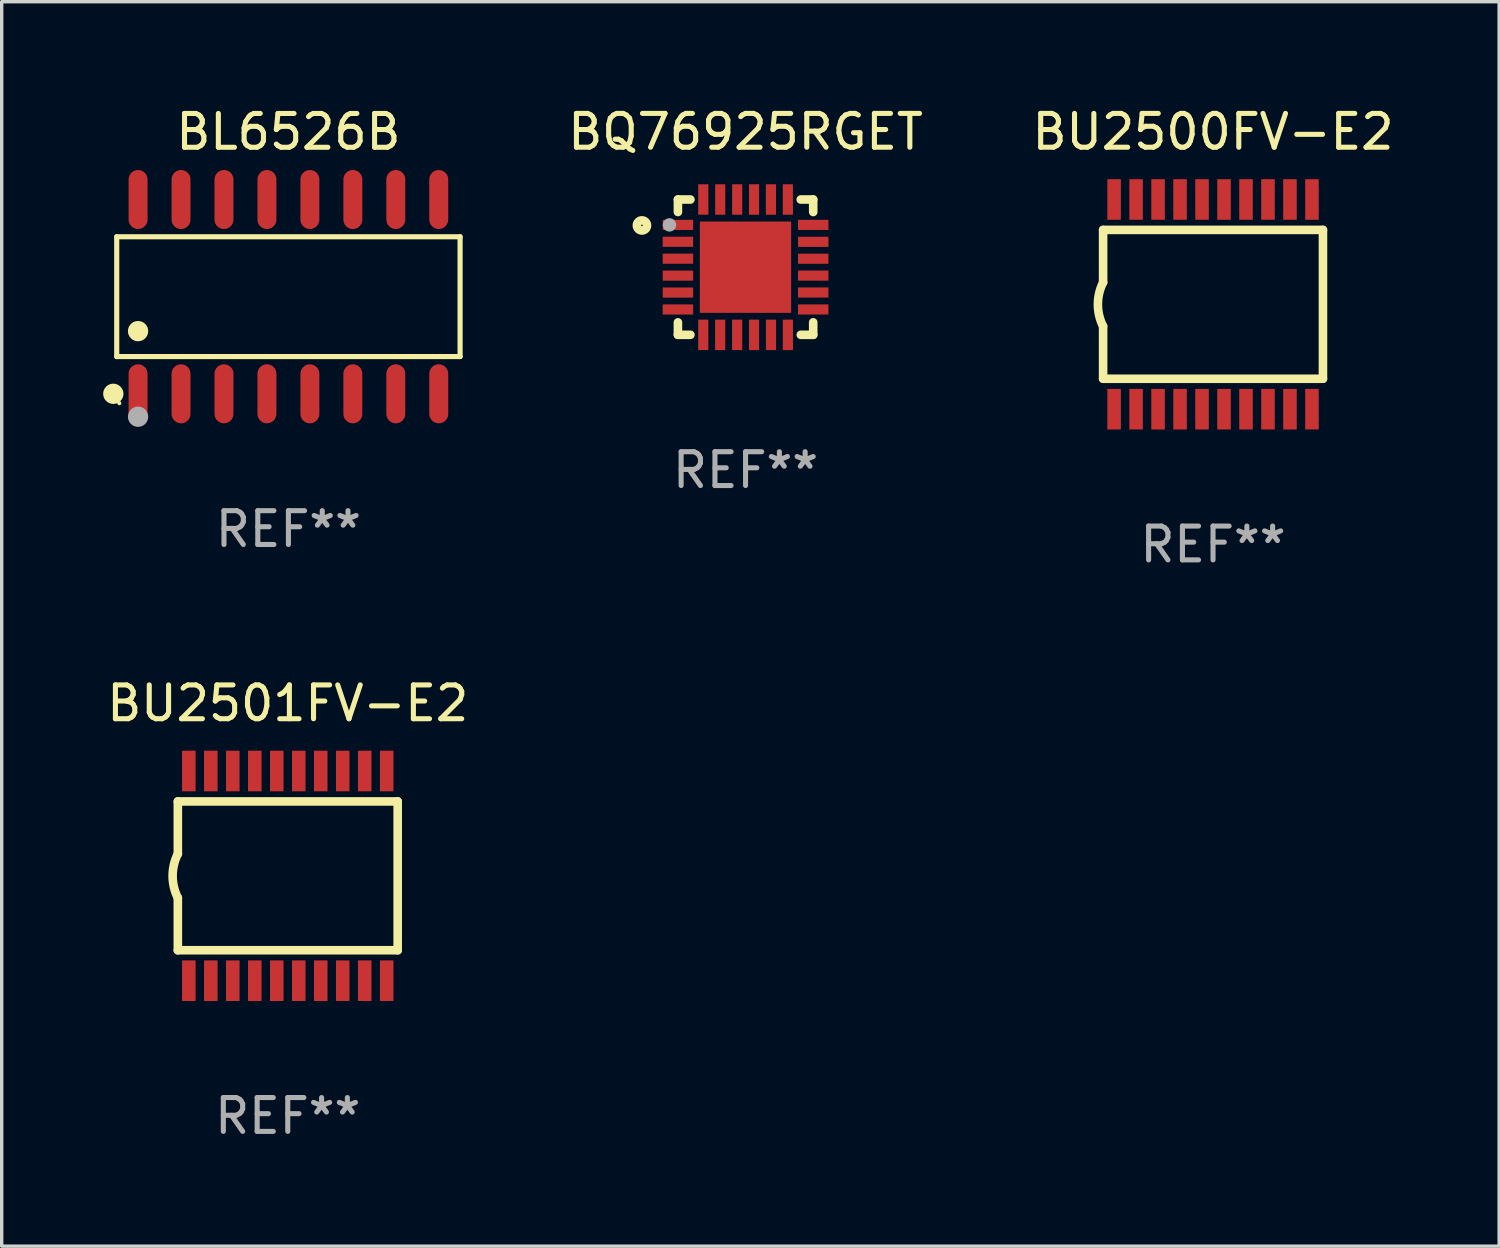
<source format=kicad_pcb>
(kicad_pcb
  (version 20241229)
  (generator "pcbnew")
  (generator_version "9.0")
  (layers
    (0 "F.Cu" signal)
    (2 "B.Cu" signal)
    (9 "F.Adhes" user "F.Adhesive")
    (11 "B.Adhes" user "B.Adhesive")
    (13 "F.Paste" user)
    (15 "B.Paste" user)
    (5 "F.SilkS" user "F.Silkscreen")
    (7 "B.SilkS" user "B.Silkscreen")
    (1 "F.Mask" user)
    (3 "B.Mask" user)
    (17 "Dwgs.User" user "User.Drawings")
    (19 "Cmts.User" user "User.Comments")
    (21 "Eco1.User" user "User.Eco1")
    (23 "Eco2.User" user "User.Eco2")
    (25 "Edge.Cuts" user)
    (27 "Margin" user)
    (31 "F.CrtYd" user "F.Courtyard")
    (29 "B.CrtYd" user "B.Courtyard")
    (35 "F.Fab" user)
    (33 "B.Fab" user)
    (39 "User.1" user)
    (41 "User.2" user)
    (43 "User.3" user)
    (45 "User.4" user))
  (footprint "BQ76925RGET"
    (layer "F.Cu")
    (at 18.993 4.849)
    (property "Reference" "BQ76925RGET" (at 0 -4.001 0) (layer "F.SilkS") (effects (font (size 1 1) (thickness 0.15))))
    (attr through_hole)
    (fp_line (start -2 -2) (end -2 -1.631) (stroke (width 0.254) (type solid)) (layer "F.SilkS"))
    (fp_line (start -2 1.632) (end -2 2) (stroke (width 0.254) (type solid)) (layer "F.SilkS"))
    (fp_line (start -2 2) (end -1.631 2) (stroke (width 0.254) (type solid)) (layer "F.SilkS"))
    (fp_line (start -1.63 -2) (end -2 -2) (stroke (width 0.254) (type solid)) (layer "F.SilkS"))
    (fp_line (start 1.633 2) (end 2 2) (stroke (width 0.254) (type solid)) (layer "F.SilkS"))
    (fp_line (start 2 -2) (end 1.631 -2) (stroke (width 0.254) (type solid)) (layer "F.SilkS"))
    (fp_line (start 2 -2) (end 2 -1.631) (stroke (width 0.254) (type solid)) (layer "F.SilkS"))
    (fp_line (start 2 1.631) (end 2 2) (stroke (width 0.254) (type solid)) (layer "F.SilkS"))
    (fp_circle (center -3.064 -1.234) (end -2.914 -1.234) (stroke (width 0.254) (type solid)) (fill no) (layer "F.SilkS"))
    (fp_circle (center -2 -2) (end -1.95 -2) (stroke (width 0.1) (type solid)) (fill no) (layer "F.SilkS"))
    (fp_circle (center -2.25 -1.25) (end -2.15 -1.25) (stroke (width 0.2) (type solid)) (fill no) (layer "F.Fab"))
    (fp_text user "REF**" (at 0 6.001 0) (layer "F.Fab") (effects (font (size 1 1) (thickness 0.15))))
    (pad "1" smd rect (at -2 -1.25 90) (size 0.3 0.9) (layers "F.Cu" "F.Mask" "F.Paste"))
    (pad "2" smd rect (at -2 -0.751 90) (size 0.3 0.9) (layers "F.Cu" "F.Mask" "F.Paste"))
    (pad "3" smd rect (at -2 -0.251 90) (size 0.3 0.9) (layers "F.Cu" "F.Mask" "F.Paste"))
    (pad "4" smd rect (at -2 0.25 90) (size 0.3 0.9) (layers "F.Cu" "F.Mask" "F.Paste"))
    (pad "5" smd rect (at -2 0.75 90) (size 0.3 0.9) (layers "F.Cu" "F.Mask" "F.Paste"))
    (pad "6" smd rect (at -2 1.251 90) (size 0.3 0.9) (layers "F.Cu" "F.Mask" "F.Paste"))
    (pad "7" smd rect (at -1.25 2.001 180) (size 0.3 0.9) (layers "F.Cu" "F.Mask" "F.Paste"))
    (pad "8" smd rect (at -0.75 2.001 180) (size 0.3 0.9) (layers "F.Cu" "F.Mask" "F.Paste"))
    (pad "9" smd rect (at -0.249 2.001 180) (size 0.3 0.9) (layers "F.Cu" "F.Mask" "F.Paste"))
    (pad "10" smd rect (at 0.251 2.001 180) (size 0.3 0.9) (layers "F.Cu" "F.Mask" "F.Paste"))
    (pad "11" smd rect (at 0.752 2.001 180) (size 0.3 0.9) (layers "F.Cu" "F.Mask" "F.Paste"))
    (pad "12" smd rect (at 1.251 2.001 180) (size 0.3 0.9) (layers "F.Cu" "F.Mask" "F.Paste"))
    (pad "13" smd rect (at 2 1.25 270) (size 0.3 0.9) (layers "F.Cu" "F.Mask" "F.Paste"))
    (pad "14" smd rect (at 2 0.749 270) (size 0.3 0.9) (layers "F.Cu" "F.Mask" "F.Paste"))
    (pad "15" smd rect (at 2 0.249 270) (size 0.3 0.9) (layers "F.Cu" "F.Mask" "F.Paste"))
    (pad "16" smd rect (at 2 -0.25 270) (size 0.3 0.9) (layers "F.Cu" "F.Mask" "F.Paste"))
    (pad "17" smd rect (at 2 -0.749 270) (size 0.3 0.9) (layers "F.Cu" "F.Mask" "F.Paste"))
    (pad "18" smd rect (at 2 -1.25 270) (size 0.3 0.9) (layers "F.Cu" "F.Mask" "F.Paste"))
    (pad "19" smd rect (at 1.25 -2.001) (size 0.3 0.9) (layers "F.Cu" "F.Mask" "F.Paste"))
    (pad "20" smd rect (at 0.75 -2.001) (size 0.3 0.9) (layers "F.Cu" "F.Mask" "F.Paste"))
    (pad "21" smd rect (at 0.251 -2.001) (size 0.3 0.9) (layers "F.Cu" "F.Mask" "F.Paste"))
    (pad "22" smd rect (at -0.248 -2.001) (size 0.3 0.9) (layers "F.Cu" "F.Mask" "F.Paste"))
    (pad "23" smd rect (at -0.749 -2.001) (size 0.3 0.9) (layers "F.Cu" "F.Mask" "F.Paste"))
    (pad "24" smd rect (at -1.249 -2.001) (size 0.3 0.9) (layers "F.Cu" "F.Mask" "F.Paste"))
    (pad "25" smd rect (at -0.002 0.001) (size 2.7 2.7) (layers "F.Cu" "F.Mask" "F.Paste")))
  (footprint "BL6526B"
    (layer "F.Cu")
    (at 5.477 5.721)
    (property "Reference" "BL6526B" (at 0 -4.872 0) (layer "F.SilkS") (effects (font (size 1 1) (thickness 0.15))))
    (attr through_hole)
    (fp_line (start -5.076 -1.771) (end 5.076 -1.771) (stroke (width 0.152) (type solid)) (layer "F.SilkS"))
    (fp_line (start -5.076 1.771) (end -5.076 -1.771) (stroke (width 0.152) (type solid)) (layer "F.SilkS"))
    (fp_line (start 5.076 -1.771) (end 5.076 1.771) (stroke (width 0.152) (type solid)) (layer "F.SilkS"))
    (fp_line (start 5.076 1.771) (end -5.076 1.771) (stroke (width 0.152) (type solid)) (layer "F.SilkS"))
    (fp_circle (center -5.177 2.872) (end -5.027 2.872) (stroke (width 0.3) (type solid)) (fill no) (layer "F.SilkS"))
    (fp_circle (center -5 3.15) (end -4.97 3.15) (stroke (width 0.06) (type solid)) (fill no) (layer "F.SilkS"))
    (fp_circle (center -4.445 1.019) (end -4.295 1.019) (stroke (width 0.3) (type solid)) (fill no) (layer "F.SilkS"))
    (fp_circle (center -4.445 3.55) (end -4.295 3.55) (stroke (width 0.3) (type solid)) (fill no) (layer "F.Fab"))
    (fp_text user "REF**" (at 0 6.872 0) (layer "F.Fab") (effects (font (size 1 1) (thickness 0.15))))
    (pad "1" smd oval (at -4.445 2.872) (size 0.56 1.745) (layers "F.Cu" "F.Mask" "F.Paste"))
    (pad "2" smd oval (at -3.175 2.872) (size 0.56 1.745) (layers "F.Cu" "F.Mask" "F.Paste"))
    (pad "3" smd oval (at -1.905 2.872) (size 0.56 1.745) (layers "F.Cu" "F.Mask" "F.Paste"))
    (pad "4" smd oval (at -0.635 2.872) (size 0.56 1.745) (layers "F.Cu" "F.Mask" "F.Paste"))
    (pad "5" smd oval (at 0.635 2.872) (size 0.56 1.745) (layers "F.Cu" "F.Mask" "F.Paste"))
    (pad "6" smd oval (at 1.905 2.872) (size 0.56 1.745) (layers "F.Cu" "F.Mask" "F.Paste"))
    (pad "7" smd oval (at 3.175 2.872) (size 0.56 1.745) (layers "F.Cu" "F.Mask" "F.Paste"))
    (pad "8" smd oval (at 4.445 2.872) (size 0.56 1.745) (layers "F.Cu" "F.Mask" "F.Paste"))
    (pad "9" smd oval (at 4.445 -2.872) (size 0.56 1.745) (layers "F.Cu" "F.Mask" "F.Paste"))
    (pad "10" smd oval (at 3.175 -2.872) (size 0.56 1.745) (layers "F.Cu" "F.Mask" "F.Paste"))
    (pad "11" smd oval (at 1.905 -2.872) (size 0.56 1.745) (layers "F.Cu" "F.Mask" "F.Paste"))
    (pad "12" smd oval (at 0.635 -2.872) (size 0.56 1.745) (layers "F.Cu" "F.Mask" "F.Paste"))
    (pad "13" smd oval (at -0.635 -2.872) (size 0.56 1.745) (layers "F.Cu" "F.Mask" "F.Paste"))
    (pad "14" smd oval (at -1.905 -2.872) (size 0.56 1.745) (layers "F.Cu" "F.Mask" "F.Paste"))
    (pad "15" smd oval (at -3.175 -2.872) (size 0.56 1.745) (layers "F.Cu" "F.Mask" "F.Paste"))
    (pad "16" smd oval (at -4.445 -2.872) (size 0.56 1.745) (layers "F.Cu" "F.Mask" "F.Paste")))
  (footprint "BU2500FV-E2"
    (layer "F.Cu")
    (at 32.814 5.948)
    (property "Reference" "BU2500FV-E2" (at 0 -5.1 0) (layer "F.SilkS") (effects (font (size 1 1) (thickness 0.15))))
    (attr through_hole)
    (fp_line (start -3.25 -2.2) (end -3.25 -0.65) (stroke (width 0.254) (type solid)) (layer "F.SilkS"))
    (fp_line (start -3.25 2.2) (end -3.25 0.65) (stroke (width 0.254) (type solid)) (layer "F.SilkS"))
    (fp_line (start -3.25 2.2) (end 3.25 2.2) (stroke (width 0.254) (type solid)) (layer "F.SilkS"))
    (fp_line (start 3.25 -2.2) (end -3.25 -2.2) (stroke (width 0.254) (type solid)) (layer "F.SilkS"))
    (fp_line (start 3.25 -2.2) (end 3.25 2.2) (stroke (width 0.254) (type solid)) (layer "F.SilkS"))
    (fp_arc (start -3.25108 0.650114) (mid -3.404175 -0.000076) (end -3.250013 -0.650013) (stroke (width 0.254001) (type solid)) (layer "F.SilkS"))
    (fp_text user "REF**" (at 0 7.1 0) (layer "F.Fab") (effects (font (size 1 1) (thickness 0.15))))
    (pad "1" smd rect (at -2.925 3.1 180) (size 0.4 1.2) (layers "F.Cu" "F.Mask" "F.Paste"))
    (pad "2" smd rect (at -2.275 3.1 180) (size 0.4 1.2) (layers "F.Cu" "F.Mask" "F.Paste"))
    (pad "3" smd rect (at -1.625 3.1 180) (size 0.4 1.2) (layers "F.Cu" "F.Mask" "F.Paste"))
    (pad "4" smd rect (at -0.975 3.1 180) (size 0.4 1.2) (layers "F.Cu" "F.Mask" "F.Paste"))
    (pad "5" smd rect (at -0.325 3.1 180) (size 0.4 1.2) (layers "F.Cu" "F.Mask" "F.Paste"))
    (pad "6" smd rect (at 0.325 3.1 180) (size 0.4 1.2) (layers "F.Cu" "F.Mask" "F.Paste"))
    (pad "7" smd rect (at 0.975 3.1 180) (size 0.4 1.2) (layers "F.Cu" "F.Mask" "F.Paste"))
    (pad "8" smd rect (at 1.625 3.1 180) (size 0.4 1.2) (layers "F.Cu" "F.Mask" "F.Paste"))
    (pad "9" smd rect (at 2.275 3.1 180) (size 0.4 1.2) (layers "F.Cu" "F.Mask" "F.Paste"))
    (pad "10" smd rect (at 2.925 3.1 180) (size 0.4 1.2) (layers "F.Cu" "F.Mask" "F.Paste"))
    (pad "11" smd rect (at 2.925 -3.1 180) (size 0.4 1.2) (layers "F.Cu" "F.Mask" "F.Paste"))
    (pad "12" smd rect (at 2.275 -3.1 180) (size 0.4 1.2) (layers "F.Cu" "F.Mask" "F.Paste"))
    (pad "13" smd rect (at 1.625 -3.1 180) (size 0.4 1.2) (layers "F.Cu" "F.Mask" "F.Paste"))
    (pad "14" smd rect (at 0.975 -3.1 180) (size 0.4 1.2) (layers "F.Cu" "F.Mask" "F.Paste"))
    (pad "15" smd rect (at 0.325 -3.1 180) (size 0.4 1.2) (layers "F.Cu" "F.Mask" "F.Paste"))
    (pad "16" smd rect (at -0.325 -3.1 180) (size 0.4 1.2) (layers "F.Cu" "F.Mask" "F.Paste"))
    (pad "17" smd rect (at -0.975 -3.1 180) (size 0.4 1.2) (layers "F.Cu" "F.Mask" "F.Paste"))
    (pad "18" smd rect (at -1.625 -3.1 180) (size 0.4 1.2) (layers "F.Cu" "F.Mask" "F.Paste"))
    (pad "19" smd rect (at -2.275 -3.1 180) (size 0.4 1.2) (layers "F.Cu" "F.Mask" "F.Paste"))
    (pad "20" smd rect (at -2.925 -3.1 180) (size 0.4 1.2) (layers "F.Cu" "F.Mask" "F.Paste")))
  (footprint "BU2501FV-E2"
    (layer "F.Cu")
    (at 5.458 22.845)
    (property "Reference" "BU2501FV-E2" (at 0 -5.1 0) (layer "F.SilkS") (effects (font (size 1 1) (thickness 0.15))))
    (attr through_hole)
    (fp_line (start -3.25 -2.2) (end -3.25 -0.65) (stroke (width 0.254) (type solid)) (layer "F.SilkS"))
    (fp_line (start -3.25 2.2) (end -3.25 0.65) (stroke (width 0.254) (type solid)) (layer "F.SilkS"))
    (fp_line (start -3.25 2.2) (end 3.25 2.2) (stroke (width 0.254) (type solid)) (layer "F.SilkS"))
    (fp_line (start 3.25 -2.2) (end -3.25 -2.2) (stroke (width 0.254) (type solid)) (layer "F.SilkS"))
    (fp_line (start 3.25 -2.2) (end 3.25 2.2) (stroke (width 0.254) (type solid)) (layer "F.SilkS"))
    (fp_arc (start -3.25108 0.650114) (mid -3.404175 -0.000076) (end -3.250013 -0.650013) (stroke (width 0.254001) (type solid)) (layer "F.SilkS"))
    (fp_text user "REF**" (at 0 7.1 0) (layer "F.Fab") (effects (font (size 1 1) (thickness 0.15))))
    (pad "1" smd rect (at -2.925 3.1 180) (size 0.4 1.2) (layers "F.Cu" "F.Mask" "F.Paste"))
    (pad "2" smd rect (at -2.275 3.1 180) (size 0.4 1.2) (layers "F.Cu" "F.Mask" "F.Paste"))
    (pad "3" smd rect (at -1.625 3.1 180) (size 0.4 1.2) (layers "F.Cu" "F.Mask" "F.Paste"))
    (pad "4" smd rect (at -0.975 3.1 180) (size 0.4 1.2) (layers "F.Cu" "F.Mask" "F.Paste"))
    (pad "5" smd rect (at -0.325 3.1 180) (size 0.4 1.2) (layers "F.Cu" "F.Mask" "F.Paste"))
    (pad "6" smd rect (at 0.325 3.1 180) (size 0.4 1.2) (layers "F.Cu" "F.Mask" "F.Paste"))
    (pad "7" smd rect (at 0.975 3.1 180) (size 0.4 1.2) (layers "F.Cu" "F.Mask" "F.Paste"))
    (pad "8" smd rect (at 1.625 3.1 180) (size 0.4 1.2) (layers "F.Cu" "F.Mask" "F.Paste"))
    (pad "9" smd rect (at 2.275 3.1 180) (size 0.4 1.2) (layers "F.Cu" "F.Mask" "F.Paste"))
    (pad "10" smd rect (at 2.925 3.1 180) (size 0.4 1.2) (layers "F.Cu" "F.Mask" "F.Paste"))
    (pad "11" smd rect (at 2.925 -3.1 180) (size 0.4 1.2) (layers "F.Cu" "F.Mask" "F.Paste"))
    (pad "12" smd rect (at 2.275 -3.1 180) (size 0.4 1.2) (layers "F.Cu" "F.Mask" "F.Paste"))
    (pad "13" smd rect (at 1.625 -3.1 180) (size 0.4 1.2) (layers "F.Cu" "F.Mask" "F.Paste"))
    (pad "14" smd rect (at 0.975 -3.1 180) (size 0.4 1.2) (layers "F.Cu" "F.Mask" "F.Paste"))
    (pad "15" smd rect (at 0.325 -3.1 180) (size 0.4 1.2) (layers "F.Cu" "F.Mask" "F.Paste"))
    (pad "16" smd rect (at -0.325 -3.1 180) (size 0.4 1.2) (layers "F.Cu" "F.Mask" "F.Paste"))
    (pad "17" smd rect (at -0.975 -3.1 180) (size 0.4 1.2) (layers "F.Cu" "F.Mask" "F.Paste"))
    (pad "18" smd rect (at -1.625 -3.1 180) (size 0.4 1.2) (layers "F.Cu" "F.Mask" "F.Paste"))
    (pad "19" smd rect (at -2.275 -3.1 180) (size 0.4 1.2) (layers "F.Cu" "F.Mask" "F.Paste"))
    (pad "20" smd rect (at -2.925 -3.1 180) (size 0.4 1.2) (layers "F.Cu" "F.Mask" "F.Paste")))
  (gr_rect
    (start -3 -3)
    (end 41.273 33.793)
    (stroke (width 0.1) (type default))
    (fill no)
    (layer "Edge.Cuts")))
</source>
